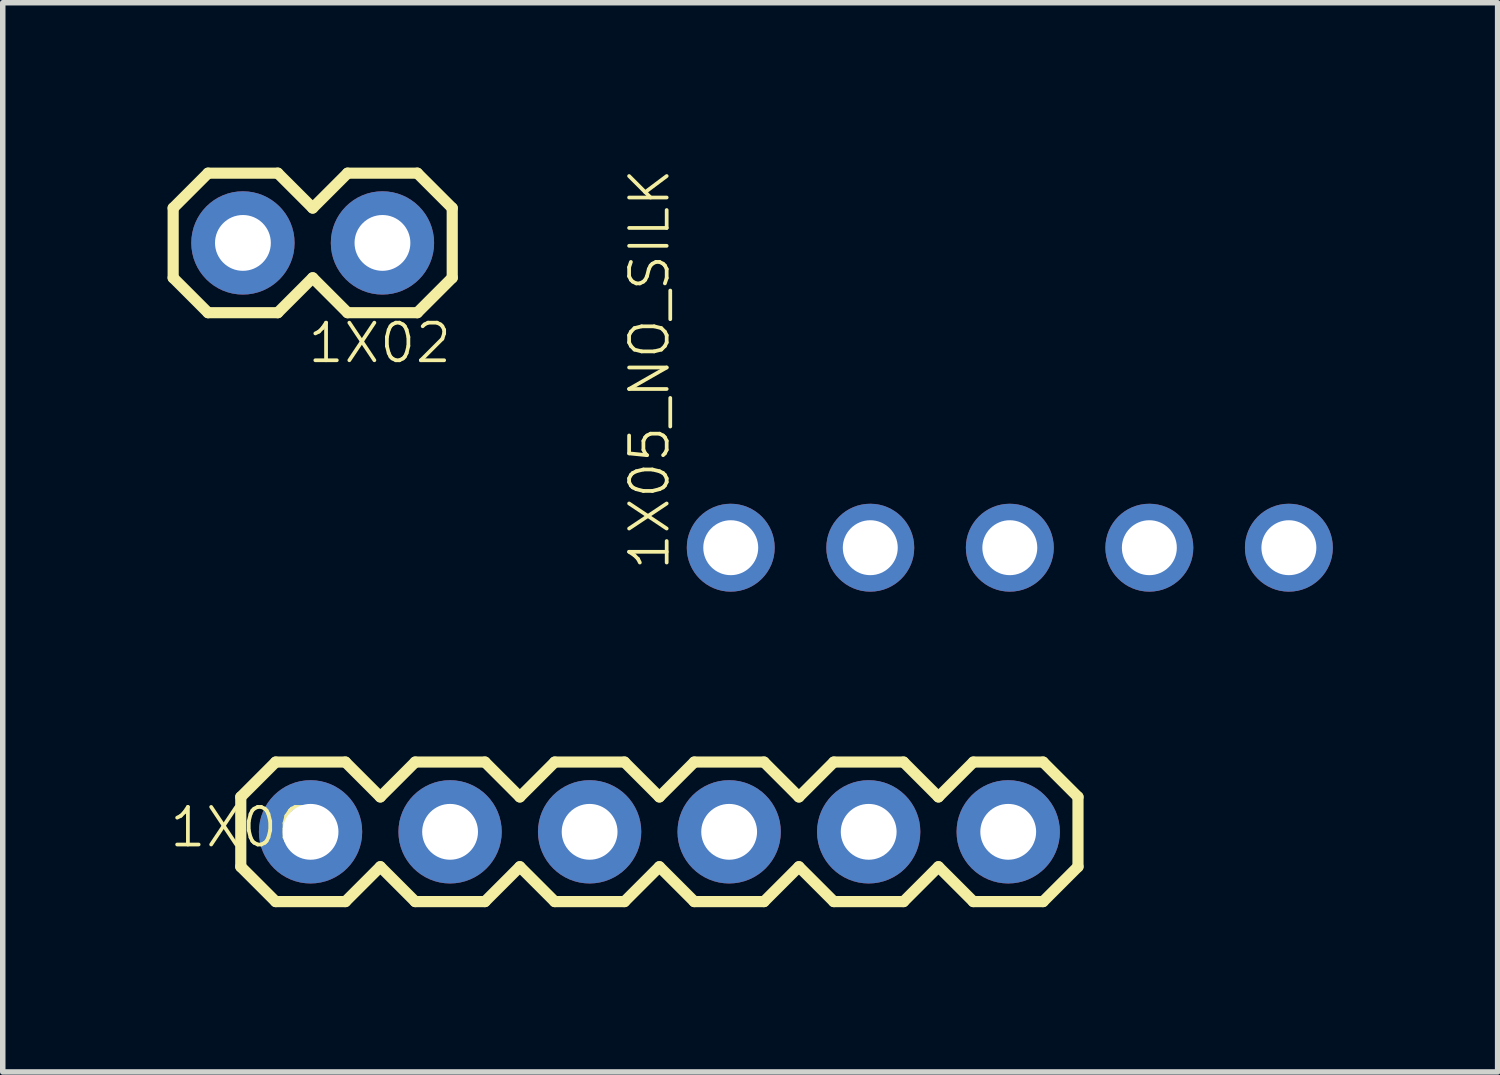
<source format=kicad_pcb>
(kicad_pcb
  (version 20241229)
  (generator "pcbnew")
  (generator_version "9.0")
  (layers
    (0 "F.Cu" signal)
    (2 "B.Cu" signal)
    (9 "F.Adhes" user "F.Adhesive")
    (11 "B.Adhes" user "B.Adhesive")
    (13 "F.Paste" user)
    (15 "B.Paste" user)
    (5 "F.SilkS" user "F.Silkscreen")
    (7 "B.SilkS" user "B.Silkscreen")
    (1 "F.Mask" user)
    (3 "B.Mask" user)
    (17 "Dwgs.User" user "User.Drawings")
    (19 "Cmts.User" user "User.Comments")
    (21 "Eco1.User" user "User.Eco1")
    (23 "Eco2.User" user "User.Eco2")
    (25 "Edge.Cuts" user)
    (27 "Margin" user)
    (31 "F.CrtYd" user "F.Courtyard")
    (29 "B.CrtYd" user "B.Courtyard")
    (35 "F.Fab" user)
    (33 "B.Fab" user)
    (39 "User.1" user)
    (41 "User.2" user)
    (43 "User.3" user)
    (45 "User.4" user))
  (footprint "1X02"
    (layer "F.Cu")
    (at 1.372 1.372)
    (property "Reference" "1X02" (at 1.143 2.223 0) (layer "F.SilkS") (effects (font (size 0.684 0.684) (thickness 0.068)) (justify left bottom)))
    (attr through_hole)
    (fp_line (start -1.27 -0.635) (end -1.27 0.635) (stroke (width 0.203) (type solid)) (layer "F.SilkS"))
    (fp_line (start -1.27 0.635) (end -0.635 1.27) (stroke (width 0.203) (type solid)) (layer "F.SilkS"))
    (fp_line (start -0.635 -1.27) (end -1.27 -0.635) (stroke (width 0.203) (type solid)) (layer "F.SilkS"))
    (fp_line (start -0.635 -1.27) (end 0.635 -1.27) (stroke (width 0.203) (type solid)) (layer "F.SilkS"))
    (fp_line (start 0.635 -1.27) (end 1.27 -0.635) (stroke (width 0.203) (type solid)) (layer "F.SilkS"))
    (fp_line (start 0.635 1.27) (end -0.635 1.27) (stroke (width 0.203) (type solid)) (layer "F.SilkS"))
    (fp_line (start 1.27 -0.635) (end 1.905 -1.27) (stroke (width 0.203) (type solid)) (layer "F.SilkS"))
    (fp_line (start 1.27 0.635) (end 0.635 1.27) (stroke (width 0.203) (type solid)) (layer "F.SilkS"))
    (fp_line (start 1.905 -1.27) (end 3.175 -1.27) (stroke (width 0.203) (type solid)) (layer "F.SilkS"))
    (fp_line (start 1.905 1.27) (end 1.27 0.635) (stroke (width 0.203) (type solid)) (layer "F.SilkS"))
    (fp_line (start 3.175 -1.27) (end 3.81 -0.635) (stroke (width 0.203) (type solid)) (layer "F.SilkS"))
    (fp_line (start 3.175 1.27) (end 1.905 1.27) (stroke (width 0.203) (type solid)) (layer "F.SilkS"))
    (fp_line (start 3.81 -0.635) (end 3.81 0.635) (stroke (width 0.203) (type solid)) (layer "F.SilkS"))
    (fp_line (start 3.81 0.635) (end 3.175 1.27) (stroke (width 0.203) (type solid)) (layer "F.SilkS"))
    (fp_poly (pts (xy -0.254 0.254) (xy 0.254 0.254) (xy 0.254 -0.254) (xy -0.254 -0.254)) (stroke (width 0.1) (type solid)) (fill no) (layer "F.Fab"))
    (fp_poly (pts (xy 2.286 0.254) (xy 2.794 0.254) (xy 2.794 -0.254) (xy 2.286 -0.254)) (stroke (width 0.1) (type solid)) (fill no) (layer "F.Fab"))
    (pad "1" thru_hole circle (at 0 0 90) (size 1.88 1.88) (drill 1.016) (layers "*.Cu" "*.Mask"))
    (pad "2" thru_hole circle (at 2.54 0 90) (size 1.88 1.88) (drill 1.016) (layers "*.Cu" "*.Mask")))
  (footprint "1X06"
    (layer "F.Cu")
    (at 2.603 12.092)
    (property "Reference" "1X06" (at -2.603 0.318 0) (layer "F.SilkS") (effects (font (size 0.684 0.684) (thickness 0.068)) (justify left bottom)))
    (attr through_hole)
    (fp_line (start -1.27 -0.635) (end -1.27 0.635) (stroke (width 0.203) (type solid)) (layer "F.SilkS"))
    (fp_line (start -1.27 0.635) (end -0.635 1.27) (stroke (width 0.203) (type solid)) (layer "F.SilkS"))
    (fp_line (start -0.635 -1.27) (end -1.27 -0.635) (stroke (width 0.203) (type solid)) (layer "F.SilkS"))
    (fp_line (start -0.635 -1.27) (end 0.635 -1.27) (stroke (width 0.203) (type solid)) (layer "F.SilkS"))
    (fp_line (start 0.635 -1.27) (end 1.27 -0.635) (stroke (width 0.203) (type solid)) (layer "F.SilkS"))
    (fp_line (start 0.635 1.27) (end -0.635 1.27) (stroke (width 0.203) (type solid)) (layer "F.SilkS"))
    (fp_line (start 1.27 -0.635) (end 1.905 -1.27) (stroke (width 0.203) (type solid)) (layer "F.SilkS"))
    (fp_line (start 1.27 0.635) (end 0.635 1.27) (stroke (width 0.203) (type solid)) (layer "F.SilkS"))
    (fp_line (start 1.905 -1.27) (end 3.175 -1.27) (stroke (width 0.203) (type solid)) (layer "F.SilkS"))
    (fp_line (start 1.905 1.27) (end 1.27 0.635) (stroke (width 0.203) (type solid)) (layer "F.SilkS"))
    (fp_line (start 3.175 -1.27) (end 3.81 -0.635) (stroke (width 0.203) (type solid)) (layer "F.SilkS"))
    (fp_line (start 3.175 1.27) (end 1.905 1.27) (stroke (width 0.203) (type solid)) (layer "F.SilkS"))
    (fp_line (start 3.81 -0.635) (end 4.445 -1.27) (stroke (width 0.203) (type solid)) (layer "F.SilkS"))
    (fp_line (start 3.81 0.635) (end 3.175 1.27) (stroke (width 0.203) (type solid)) (layer "F.SilkS"))
    (fp_line (start 4.445 -1.27) (end 5.715 -1.27) (stroke (width 0.203) (type solid)) (layer "F.SilkS"))
    (fp_line (start 4.445 1.27) (end 3.81 0.635) (stroke (width 0.203) (type solid)) (layer "F.SilkS"))
    (fp_line (start 5.715 -1.27) (end 6.35 -0.635) (stroke (width 0.203) (type solid)) (layer "F.SilkS"))
    (fp_line (start 5.715 1.27) (end 4.445 1.27) (stroke (width 0.203) (type solid)) (layer "F.SilkS"))
    (fp_line (start 6.35 0.635) (end 5.715 1.27) (stroke (width 0.203) (type solid)) (layer "F.SilkS"))
    (fp_line (start 6.35 0.635) (end 6.985 1.27) (stroke (width 0.203) (type solid)) (layer "F.SilkS"))
    (fp_line (start 6.985 -1.27) (end 6.35 -0.635) (stroke (width 0.203) (type solid)) (layer "F.SilkS"))
    (fp_line (start 6.985 -1.27) (end 8.255 -1.27) (stroke (width 0.203) (type solid)) (layer "F.SilkS"))
    (fp_line (start 8.255 -1.27) (end 8.89 -0.635) (stroke (width 0.203) (type solid)) (layer "F.SilkS"))
    (fp_line (start 8.255 1.27) (end 6.985 1.27) (stroke (width 0.203) (type solid)) (layer "F.SilkS"))
    (fp_line (start 8.89 -0.635) (end 9.525 -1.27) (stroke (width 0.203) (type solid)) (layer "F.SilkS"))
    (fp_line (start 8.89 0.635) (end 8.255 1.27) (stroke (width 0.203) (type solid)) (layer "F.SilkS"))
    (fp_line (start 9.525 -1.27) (end 10.795 -1.27) (stroke (width 0.203) (type solid)) (layer "F.SilkS"))
    (fp_line (start 9.525 1.27) (end 8.89 0.635) (stroke (width 0.203) (type solid)) (layer "F.SilkS"))
    (fp_line (start 10.795 -1.27) (end 11.43 -0.635) (stroke (width 0.203) (type solid)) (layer "F.SilkS"))
    (fp_line (start 10.795 1.27) (end 9.525 1.27) (stroke (width 0.203) (type solid)) (layer "F.SilkS"))
    (fp_line (start 11.43 -0.635) (end 12.065 -1.27) (stroke (width 0.203) (type solid)) (layer "F.SilkS"))
    (fp_line (start 11.43 0.635) (end 10.795 1.27) (stroke (width 0.203) (type solid)) (layer "F.SilkS"))
    (fp_line (start 12.065 -1.27) (end 13.335 -1.27) (stroke (width 0.203) (type solid)) (layer "F.SilkS"))
    (fp_line (start 12.065 1.27) (end 11.43 0.635) (stroke (width 0.203) (type solid)) (layer "F.SilkS"))
    (fp_line (start 13.335 -1.27) (end 13.97 -0.635) (stroke (width 0.203) (type solid)) (layer "F.SilkS"))
    (fp_line (start 13.335 1.27) (end 12.065 1.27) (stroke (width 0.203) (type solid)) (layer "F.SilkS"))
    (fp_line (start 13.97 -0.635) (end 13.97 0.635) (stroke (width 0.203) (type solid)) (layer "F.SilkS"))
    (fp_line (start 13.97 0.635) (end 13.335 1.27) (stroke (width 0.203) (type solid)) (layer "F.SilkS"))
    (fp_poly (pts (xy -0.254 0.254) (xy 0.254 0.254) (xy 0.254 -0.254) (xy -0.254 -0.254)) (stroke (width 0.1) (type solid)) (fill no) (layer "F.Fab"))
    (fp_poly (pts (xy 2.286 0.254) (xy 2.794 0.254) (xy 2.794 -0.254) (xy 2.286 -0.254)) (stroke (width 0.1) (type solid)) (fill no) (layer "F.Fab"))
    (fp_poly (pts (xy 4.826 0.254) (xy 5.334 0.254) (xy 5.334 -0.254) (xy 4.826 -0.254)) (stroke (width 0.1) (type solid)) (fill no) (layer "F.Fab"))
    (fp_poly (pts (xy 7.366 0.254) (xy 7.874 0.254) (xy 7.874 -0.254) (xy 7.366 -0.254)) (stroke (width 0.1) (type solid)) (fill no) (layer "F.Fab"))
    (fp_poly (pts (xy 9.906 0.254) (xy 10.414 0.254) (xy 10.414 -0.254) (xy 9.906 -0.254)) (stroke (width 0.1) (type solid)) (fill no) (layer "F.Fab"))
    (fp_poly (pts (xy 12.446 0.254) (xy 12.954 0.254) (xy 12.954 -0.254) (xy 12.446 -0.254)) (stroke (width 0.1) (type solid)) (fill no) (layer "F.Fab"))
    (pad "1" thru_hole circle (at 0 0 90) (size 1.88 1.88) (drill 1.016) (layers "*.Cu" "*.Mask"))
    (pad "2" thru_hole circle (at 2.54 0 90) (size 1.88 1.88) (drill 1.016) (layers "*.Cu" "*.Mask"))
    (pad "3" thru_hole circle (at 5.08 0 90) (size 1.88 1.88) (drill 1.016) (layers "*.Cu" "*.Mask"))
    (pad "4" thru_hole circle (at 7.62 0 90) (size 1.88 1.88) (drill 1.016) (layers "*.Cu" "*.Mask"))
    (pad "5" thru_hole circle (at 10.16 0 90) (size 1.88 1.88) (drill 1.016) (layers "*.Cu" "*.Mask"))
    (pad "6" thru_hole circle (at 12.7 0 90) (size 1.88 1.88) (drill 1.016) (layers "*.Cu" "*.Mask")))
  (footprint "1X05_NO_SILK"
    (layer "F.Cu")
    (at 10.252 6.92)
    (property "Reference" "1X05_NO_SILK" (at -1.079 0.445 90) (layer "F.SilkS") (effects (font (size 0.684 0.684) (thickness 0.068)) (justify left bottom)))
    (attr through_hole)
    (fp_poly (pts (xy -0.254 0.254) (xy 0.254 0.254) (xy 0.254 -0.254) (xy -0.254 -0.254)) (stroke (width 0.1) (type solid)) (fill no) (layer "F.Fab"))
    (fp_poly (pts (xy 2.286 0.254) (xy 2.794 0.254) (xy 2.794 -0.254) (xy 2.286 -0.254)) (stroke (width 0.1) (type solid)) (fill no) (layer "F.Fab"))
    (fp_poly (pts (xy 4.826 0.254) (xy 5.334 0.254) (xy 5.334 -0.254) (xy 4.826 -0.254)) (stroke (width 0.1) (type solid)) (fill no) (layer "F.Fab"))
    (fp_poly (pts (xy 7.366 0.254) (xy 7.874 0.254) (xy 7.874 -0.254) (xy 7.366 -0.254)) (stroke (width 0.1) (type solid)) (fill no) (layer "F.Fab"))
    (fp_poly (pts (xy 9.906 0.254) (xy 10.414 0.254) (xy 10.414 -0.254) (xy 9.906 -0.254)) (stroke (width 0.1) (type solid)) (fill no) (layer "F.Fab"))
    (pad "1" thru_hole circle (at 0 0 90) (size 1.6 1.6) (drill 1) (layers "*.Cu" "*.Mask"))
    (pad "2" thru_hole circle (at 2.54 0 90) (size 1.6 1.6) (drill 1) (layers "*.Cu" "*.Mask"))
    (pad "3" thru_hole circle (at 5.08 0 90) (size 1.6 1.6) (drill 1) (layers "*.Cu" "*.Mask"))
    (pad "4" thru_hole circle (at 7.62 0 90) (size 1.6 1.6) (drill 1) (layers "*.Cu" "*.Mask"))
    (pad "5" thru_hole circle (at 10.16 0 90) (size 1.6 1.6) (drill 1) (layers "*.Cu" "*.Mask")))
  (gr_rect
    (start -3 -3)
    (end 24.212 16.463)
    (stroke (width 0.1) (type default))
    (fill no)
    (layer "Edge.Cuts")))
</source>
